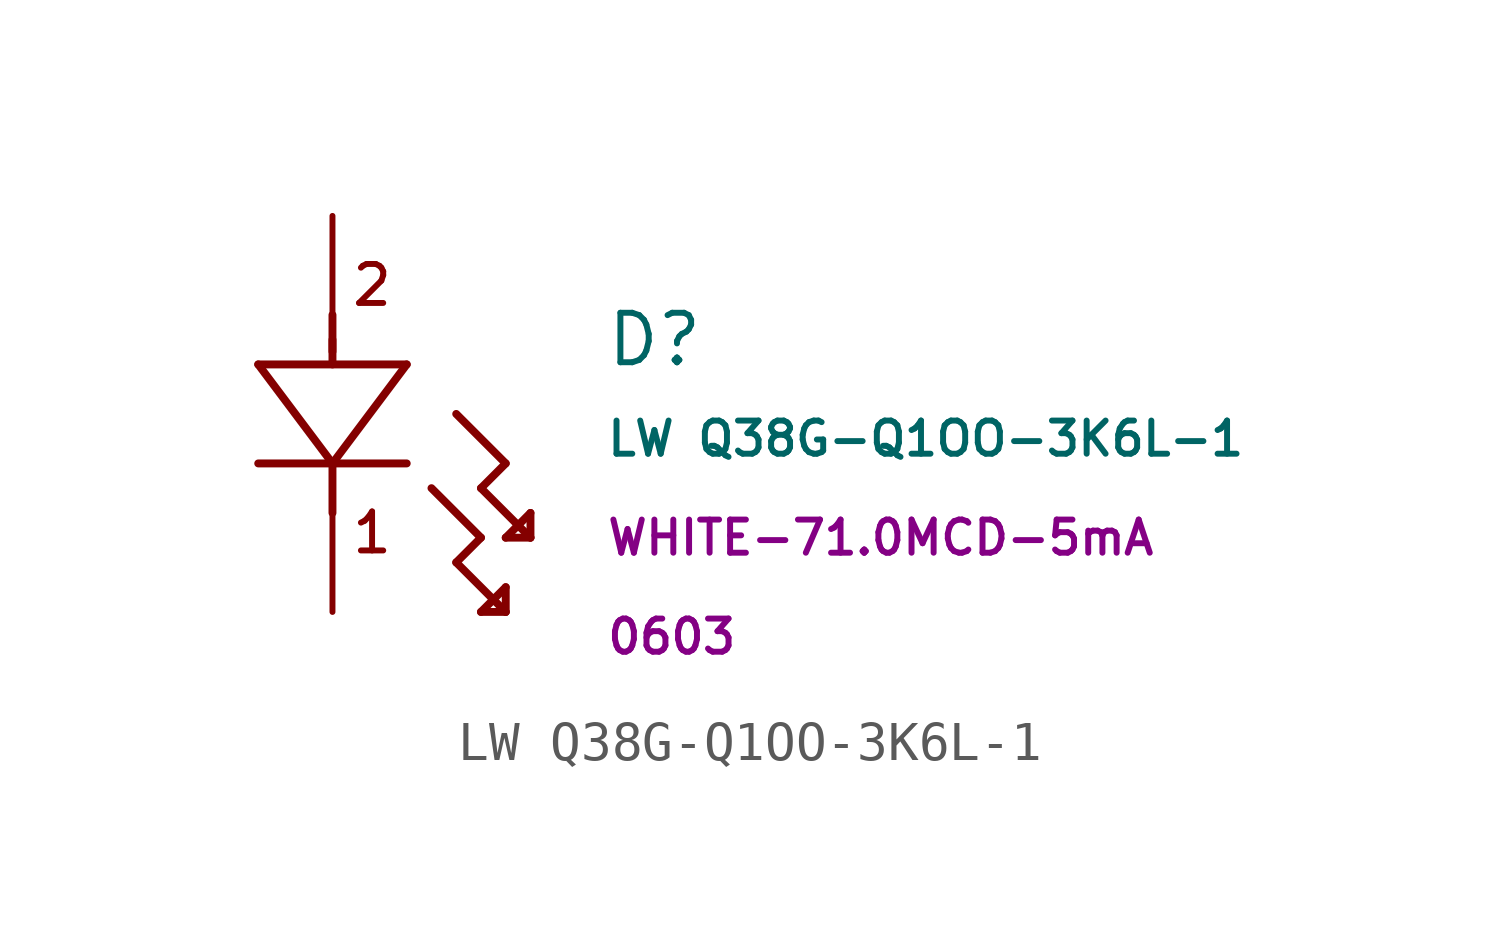
<source format=kicad_sym>
(kicad_symbol_lib
  (version 20211014)
  (generator kicad_symbol_editor)
  (symbol "LW Q38G-Q1OO-3K6L-1"
    (pin_numbers hide)
    (pin_names hide)
    (property "Reference" "D"
      (at 6.985 -3.175 0)
      (effects (font (size 1.27 1.27)) (justify left)))
    (property "Value" "LW Q38G-Q1OO-3K6L-1"
      (at 6.985 -5.715 0)
      (effects (font (size 0.85 0.85)) (justify left)))
    (property "Colour-Intensity-FWD Current" "WHITE-71.0MCD-5mA"
      (at 6.985 -8.255 0)
      (effects (font (size 0.85 0.85)) (justify left)))
    (property "Size" "0603"
      (at 6.985 -10.795 0)
      (effects (font (size 0.85 0.85)) (justify left)))
    (symbol "LW Q38G-Q1OO-3K6L-1_0_0"
      (text "1" (at 1.016 -8.128 0) (effects (font (size 1 1))))
      (text "2" (at 1.016 -1.778 0) (effects (font (size 1 1)))))
    (symbol "LW Q38G-Q1OO-3K6L-1_1_1"
      (polyline (pts (xy -1.905 -6.35) (xy 1.905 -6.35)) (stroke (width 0.203) (type default) (color 0 0 0 0)) (fill (type none)))
      (polyline (pts (xy -1.905 -3.81) (xy 0 -6.35)) (stroke (width 0.203) (type default) (color 0 0 0 0)) (fill (type none)))
      (polyline (pts (xy 0 -6.35) (xy 0 -7.62)) (stroke (width 0.203) (type default) (color 0 0 0 0)) (fill (type none)))
      (polyline (pts (xy 0 -6.35) (xy 1.905 -3.81)) (stroke (width 0.203) (type default) (color 0 0 0 0)) (fill (type none)))
      (polyline (pts (xy 0 -3.175) (xy 0 -3.81)) (stroke (width 0.203) (type default) (color 0 0 0 0)) (fill (type none)))
      (polyline (pts (xy 0 -2.54) (xy 0 -3.48)) (stroke (width 0.203) (type default) (color 0 0 0 0)) (fill (type none)))
      (polyline (pts (xy 1.905 -3.81) (xy -1.905 -3.81)) (stroke (width 0.203) (type default) (color 0 0 0 0)) (fill (type none)))
      (polyline (pts (xy 2.54 -6.985) (xy 3.81 -8.255)) (stroke (width 0.203) (type default) (color 0 0 0 0)) (fill (type none)))
      (polyline (pts (xy 3.175 -8.89) (xy 4.445 -10.16)) (stroke (width 0.203) (type default) (color 0 0 0 0)) (fill (type none)))
      (polyline (pts (xy 3.175 -5.08) (xy 4.445 -6.35)) (stroke (width 0.203) (type default) (color 0 0 0 0)) (fill (type none)))
      (polyline (pts (xy 3.81 -10.16) (xy 4.445 -10.16)) (stroke (width 0.203) (type default) (color 0 0 0 0)) (fill (type none)))
      (polyline (pts (xy 3.81 -8.255) (xy 3.175 -8.89)) (stroke (width 0.203) (type default) (color 0 0 0 0)) (fill (type none)))
      (polyline (pts (xy 3.81 -6.985) (xy 5.08 -8.255)) (stroke (width 0.203) (type default) (color 0 0 0 0)) (fill (type none)))
      (polyline (pts (xy 4.445 -10.16) (xy 4.445 -9.525)) (stroke (width 0.203) (type default) (color 0 0 0 0)) (fill (type none)))
      (polyline (pts (xy 4.445 -9.525) (xy 3.81 -10.16)) (stroke (width 0.203) (type default) (color 0 0 0 0)) (fill (type none)))
      (polyline (pts (xy 4.445 -8.255) (xy 5.08 -8.255)) (stroke (width 0.203) (type default) (color 0 0 0 0)) (fill (type none)))
      (polyline (pts (xy 4.445 -6.35) (xy 3.81 -6.985)) (stroke (width 0.203) (type default) (color 0 0 0 0)) (fill (type none)))
      (polyline (pts (xy 5.08 -8.255) (xy 5.08 -7.62)) (stroke (width 0.203) (type default) (color 0 0 0 0)) (fill (type none)))
      (polyline (pts (xy 5.08 -7.62) (xy 4.445 -8.255)) (stroke (width 0.203) (type default) (color 0 0 0 0)) (fill (type none)))
      (pin passive line (at 0 -10.16 90) (length 2.54) (name "1" (effects (font (size 1.27 1.27)))) (number "1" (effects (font (size 1.27 1.27)))))
      (pin passive line (at 0 0 270) (length 2.54) (name "2" (effects (font (size 1.27 1.27)))) (number "2" (effects (font (size 1.27 1.27))))))))
</source>
